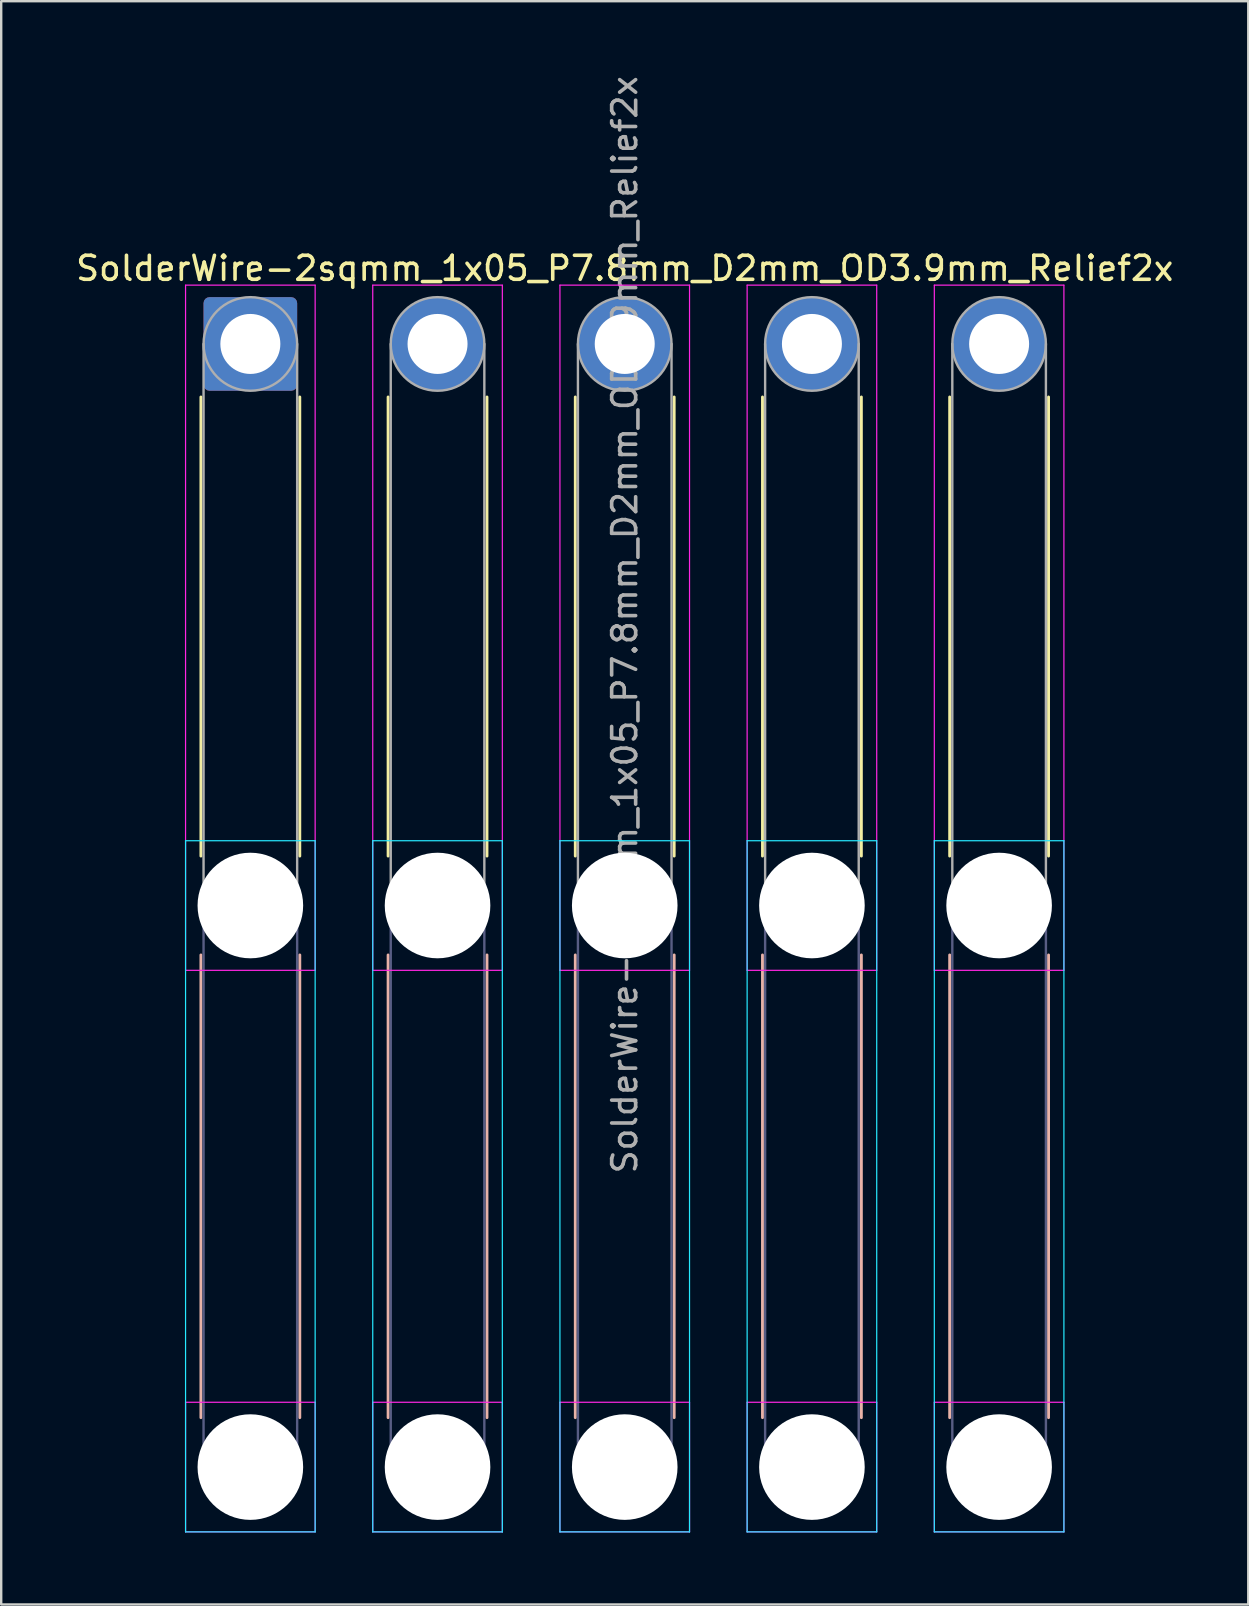
<source format=kicad_pcb>
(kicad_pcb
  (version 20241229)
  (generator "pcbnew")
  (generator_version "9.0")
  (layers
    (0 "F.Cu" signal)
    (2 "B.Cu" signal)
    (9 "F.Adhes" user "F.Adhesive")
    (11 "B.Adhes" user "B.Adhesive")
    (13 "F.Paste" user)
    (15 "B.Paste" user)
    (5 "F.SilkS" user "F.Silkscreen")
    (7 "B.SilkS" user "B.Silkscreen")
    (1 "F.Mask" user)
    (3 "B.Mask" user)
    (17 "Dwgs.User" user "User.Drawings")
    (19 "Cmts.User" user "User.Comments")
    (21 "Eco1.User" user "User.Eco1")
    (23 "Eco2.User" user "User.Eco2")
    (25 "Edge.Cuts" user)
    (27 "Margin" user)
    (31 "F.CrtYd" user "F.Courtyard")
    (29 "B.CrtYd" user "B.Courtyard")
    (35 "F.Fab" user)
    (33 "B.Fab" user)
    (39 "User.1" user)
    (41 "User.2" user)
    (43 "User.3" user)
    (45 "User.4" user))
  (footprint "SolderWire-2sqmm_1x05_P7.8mm_D2mm_OD3.9mm_Relief2x"
    (layer "F.Cu")
    (at 7.382 11.282)
    (property "Reference" "SolderWire-2sqmm_1x05_P7.8mm_D2mm_OD3.9mm_Relief2x" (at 15.6 -3.15 0) (layer "F.SilkS") (effects (font (size 1 1) (thickness 0.15))))
    (attr exclude_from_pos_files exclude_from_bom)
    (fp_line (start -2.06 2.21) (end -2.06 21.34) (stroke (width 0.12) (type solid)) (layer "F.SilkS"))
    (fp_line (start 2.06 2.21) (end 2.06 21.34) (stroke (width 0.12) (type solid)) (layer "F.SilkS"))
    (fp_line (start 5.74 2.21) (end 5.74 21.34) (stroke (width 0.12) (type solid)) (layer "F.SilkS"))
    (fp_line (start 9.86 2.21) (end 9.86 21.34) (stroke (width 0.12) (type solid)) (layer "F.SilkS"))
    (fp_line (start 13.54 2.21) (end 13.54 21.34) (stroke (width 0.12) (type solid)) (layer "F.SilkS"))
    (fp_line (start 17.66 2.21) (end 17.66 21.34) (stroke (width 0.12) (type solid)) (layer "F.SilkS"))
    (fp_line (start 21.34 2.21) (end 21.34 21.34) (stroke (width 0.12) (type solid)) (layer "F.SilkS"))
    (fp_line (start 25.46 2.21) (end 25.46 21.34) (stroke (width 0.12) (type solid)) (layer "F.SilkS"))
    (fp_line (start 29.14 2.21) (end 29.14 21.34) (stroke (width 0.12) (type solid)) (layer "F.SilkS"))
    (fp_line (start 33.26 2.21) (end 33.26 21.34) (stroke (width 0.12) (type solid)) (layer "F.SilkS"))
    (fp_line (start -2.06 25.46) (end -2.06 44.74) (stroke (width 0.12) (type solid)) (layer "B.SilkS"))
    (fp_line (start 2.06 25.46) (end 2.06 44.74) (stroke (width 0.12) (type solid)) (layer "B.SilkS"))
    (fp_line (start 5.74 25.46) (end 5.74 44.74) (stroke (width 0.12) (type solid)) (layer "B.SilkS"))
    (fp_line (start 9.86 25.46) (end 9.86 44.74) (stroke (width 0.12) (type solid)) (layer "B.SilkS"))
    (fp_line (start 13.54 25.46) (end 13.54 44.74) (stroke (width 0.12) (type solid)) (layer "B.SilkS"))
    (fp_line (start 17.66 25.46) (end 17.66 44.74) (stroke (width 0.12) (type solid)) (layer "B.SilkS"))
    (fp_line (start 21.34 25.46) (end 21.34 44.74) (stroke (width 0.12) (type solid)) (layer "B.SilkS"))
    (fp_line (start 25.46 25.46) (end 25.46 44.74) (stroke (width 0.12) (type solid)) (layer "B.SilkS"))
    (fp_line (start 29.14 25.46) (end 29.14 44.74) (stroke (width 0.12) (type solid)) (layer "B.SilkS"))
    (fp_line (start 33.26 25.46) (end 33.26 44.74) (stroke (width 0.12) (type solid)) (layer "B.SilkS"))
    (fp_line (start -2.7 20.7) (end -2.7 49.5) (stroke (width 0.05) (type solid)) (layer "B.CrtYd"))
    (fp_line (start -2.7 49.5) (end 2.7 49.5) (stroke (width 0.05) (type solid)) (layer "B.CrtYd"))
    (fp_line (start 2.7 20.7) (end -2.7 20.7) (stroke (width 0.05) (type solid)) (layer "B.CrtYd"))
    (fp_line (start 2.7 49.5) (end 2.7 20.7) (stroke (width 0.05) (type solid)) (layer "B.CrtYd"))
    (fp_line (start 5.1 20.7) (end 5.1 49.5) (stroke (width 0.05) (type solid)) (layer "B.CrtYd"))
    (fp_line (start 5.1 49.5) (end 10.5 49.5) (stroke (width 0.05) (type solid)) (layer "B.CrtYd"))
    (fp_line (start 10.5 20.7) (end 5.1 20.7) (stroke (width 0.05) (type solid)) (layer "B.CrtYd"))
    (fp_line (start 10.5 49.5) (end 10.5 20.7) (stroke (width 0.05) (type solid)) (layer "B.CrtYd"))
    (fp_line (start 12.9 20.7) (end 12.9 49.5) (stroke (width 0.05) (type solid)) (layer "B.CrtYd"))
    (fp_line (start 12.9 49.5) (end 18.3 49.5) (stroke (width 0.05) (type solid)) (layer "B.CrtYd"))
    (fp_line (start 18.3 20.7) (end 12.9 20.7) (stroke (width 0.05) (type solid)) (layer "B.CrtYd"))
    (fp_line (start 18.3 49.5) (end 18.3 20.7) (stroke (width 0.05) (type solid)) (layer "B.CrtYd"))
    (fp_line (start 20.7 20.7) (end 20.7 49.5) (stroke (width 0.05) (type solid)) (layer "B.CrtYd"))
    (fp_line (start 20.7 49.5) (end 26.1 49.5) (stroke (width 0.05) (type solid)) (layer "B.CrtYd"))
    (fp_line (start 26.1 20.7) (end 20.7 20.7) (stroke (width 0.05) (type solid)) (layer "B.CrtYd"))
    (fp_line (start 26.1 49.5) (end 26.1 20.7) (stroke (width 0.05) (type solid)) (layer "B.CrtYd"))
    (fp_line (start 28.5 20.7) (end 28.5 49.5) (stroke (width 0.05) (type solid)) (layer "B.CrtYd"))
    (fp_line (start 28.5 49.5) (end 33.9 49.5) (stroke (width 0.05) (type solid)) (layer "B.CrtYd"))
    (fp_line (start 33.9 20.7) (end 28.5 20.7) (stroke (width 0.05) (type solid)) (layer "B.CrtYd"))
    (fp_line (start 33.9 49.5) (end 33.9 20.7) (stroke (width 0.05) (type solid)) (layer "B.CrtYd"))
    (fp_line (start -2.7 -2.45) (end -2.7 26.1) (stroke (width 0.05) (type solid)) (layer "F.CrtYd"))
    (fp_line (start -2.7 26.1) (end 2.7 26.1) (stroke (width 0.05) (type solid)) (layer "F.CrtYd"))
    (fp_line (start -2.7 44.1) (end -2.7 49.5) (stroke (width 0.05) (type solid)) (layer "F.CrtYd"))
    (fp_line (start -2.7 49.5) (end 2.7 49.5) (stroke (width 0.05) (type solid)) (layer "F.CrtYd"))
    (fp_line (start 2.7 -2.45) (end -2.7 -2.45) (stroke (width 0.05) (type solid)) (layer "F.CrtYd"))
    (fp_line (start 2.7 26.1) (end 2.7 -2.45) (stroke (width 0.05) (type solid)) (layer "F.CrtYd"))
    (fp_line (start 2.7 44.1) (end -2.7 44.1) (stroke (width 0.05) (type solid)) (layer "F.CrtYd"))
    (fp_line (start 2.7 49.5) (end 2.7 44.1) (stroke (width 0.05) (type solid)) (layer "F.CrtYd"))
    (fp_line (start 5.1 -2.45) (end 5.1 26.1) (stroke (width 0.05) (type solid)) (layer "F.CrtYd"))
    (fp_line (start 5.1 26.1) (end 10.5 26.1) (stroke (width 0.05) (type solid)) (layer "F.CrtYd"))
    (fp_line (start 5.1 44.1) (end 5.1 49.5) (stroke (width 0.05) (type solid)) (layer "F.CrtYd"))
    (fp_line (start 5.1 49.5) (end 10.5 49.5) (stroke (width 0.05) (type solid)) (layer "F.CrtYd"))
    (fp_line (start 10.5 -2.45) (end 5.1 -2.45) (stroke (width 0.05) (type solid)) (layer "F.CrtYd"))
    (fp_line (start 10.5 26.1) (end 10.5 -2.45) (stroke (width 0.05) (type solid)) (layer "F.CrtYd"))
    (fp_line (start 10.5 44.1) (end 5.1 44.1) (stroke (width 0.05) (type solid)) (layer "F.CrtYd"))
    (fp_line (start 10.5 49.5) (end 10.5 44.1) (stroke (width 0.05) (type solid)) (layer "F.CrtYd"))
    (fp_line (start 12.9 -2.45) (end 12.9 26.1) (stroke (width 0.05) (type solid)) (layer "F.CrtYd"))
    (fp_line (start 12.9 26.1) (end 18.3 26.1) (stroke (width 0.05) (type solid)) (layer "F.CrtYd"))
    (fp_line (start 12.9 44.1) (end 12.9 49.5) (stroke (width 0.05) (type solid)) (layer "F.CrtYd"))
    (fp_line (start 12.9 49.5) (end 18.3 49.5) (stroke (width 0.05) (type solid)) (layer "F.CrtYd"))
    (fp_line (start 18.3 -2.45) (end 12.9 -2.45) (stroke (width 0.05) (type solid)) (layer "F.CrtYd"))
    (fp_line (start 18.3 26.1) (end 18.3 -2.45) (stroke (width 0.05) (type solid)) (layer "F.CrtYd"))
    (fp_line (start 18.3 44.1) (end 12.9 44.1) (stroke (width 0.05) (type solid)) (layer "F.CrtYd"))
    (fp_line (start 18.3 49.5) (end 18.3 44.1) (stroke (width 0.05) (type solid)) (layer "F.CrtYd"))
    (fp_line (start 20.7 -2.45) (end 20.7 26.1) (stroke (width 0.05) (type solid)) (layer "F.CrtYd"))
    (fp_line (start 20.7 26.1) (end 26.1 26.1) (stroke (width 0.05) (type solid)) (layer "F.CrtYd"))
    (fp_line (start 20.7 44.1) (end 20.7 49.5) (stroke (width 0.05) (type solid)) (layer "F.CrtYd"))
    (fp_line (start 20.7 49.5) (end 26.1 49.5) (stroke (width 0.05) (type solid)) (layer "F.CrtYd"))
    (fp_line (start 26.1 -2.45) (end 20.7 -2.45) (stroke (width 0.05) (type solid)) (layer "F.CrtYd"))
    (fp_line (start 26.1 26.1) (end 26.1 -2.45) (stroke (width 0.05) (type solid)) (layer "F.CrtYd"))
    (fp_line (start 26.1 44.1) (end 20.7 44.1) (stroke (width 0.05) (type solid)) (layer "F.CrtYd"))
    (fp_line (start 26.1 49.5) (end 26.1 44.1) (stroke (width 0.05) (type solid)) (layer "F.CrtYd"))
    (fp_line (start 28.5 -2.45) (end 28.5 26.1) (stroke (width 0.05) (type solid)) (layer "F.CrtYd"))
    (fp_line (start 28.5 26.1) (end 33.9 26.1) (stroke (width 0.05) (type solid)) (layer "F.CrtYd"))
    (fp_line (start 28.5 44.1) (end 28.5 49.5) (stroke (width 0.05) (type solid)) (layer "F.CrtYd"))
    (fp_line (start 28.5 49.5) (end 33.9 49.5) (stroke (width 0.05) (type solid)) (layer "F.CrtYd"))
    (fp_line (start 33.9 -2.45) (end 28.5 -2.45) (stroke (width 0.05) (type solid)) (layer "F.CrtYd"))
    (fp_line (start 33.9 26.1) (end 33.9 -2.45) (stroke (width 0.05) (type solid)) (layer "F.CrtYd"))
    (fp_line (start 33.9 44.1) (end 28.5 44.1) (stroke (width 0.05) (type solid)) (layer "F.CrtYd"))
    (fp_line (start 33.9 49.5) (end 33.9 44.1) (stroke (width 0.05) (type solid)) (layer "F.CrtYd"))
    (fp_line (start -1.95 23.4) (end -1.95 46.8) (stroke (width 0.1) (type solid)) (layer "B.Fab"))
    (fp_line (start 1.95 23.4) (end 1.95 46.8) (stroke (width 0.1) (type solid)) (layer "B.Fab"))
    (fp_line (start 5.85 23.4) (end 5.85 46.8) (stroke (width 0.1) (type solid)) (layer "B.Fab"))
    (fp_line (start 9.75 23.4) (end 9.75 46.8) (stroke (width 0.1) (type solid)) (layer "B.Fab"))
    (fp_line (start 13.65 23.4) (end 13.65 46.8) (stroke (width 0.1) (type solid)) (layer "B.Fab"))
    (fp_line (start 17.55 23.4) (end 17.55 46.8) (stroke (width 0.1) (type solid)) (layer "B.Fab"))
    (fp_line (start 21.45 23.4) (end 21.45 46.8) (stroke (width 0.1) (type solid)) (layer "B.Fab"))
    (fp_line (start 25.35 23.4) (end 25.35 46.8) (stroke (width 0.1) (type solid)) (layer "B.Fab"))
    (fp_line (start 29.25 23.4) (end 29.25 46.8) (stroke (width 0.1) (type solid)) (layer "B.Fab"))
    (fp_line (start 33.15 23.4) (end 33.15 46.8) (stroke (width 0.1) (type solid)) (layer "B.Fab"))
    (fp_circle (center 0 23.4) (end 1.95 23.4) (stroke (width 0.1) (type solid)) (fill no) (layer "B.Fab"))
    (fp_circle (center 0 46.8) (end 1.95 46.8) (stroke (width 0.1) (type solid)) (fill no) (layer "B.Fab"))
    (fp_circle (center 7.8 23.4) (end 9.75 23.4) (stroke (width 0.1) (type solid)) (fill no) (layer "B.Fab"))
    (fp_circle (center 7.8 46.8) (end 9.75 46.8) (stroke (width 0.1) (type solid)) (fill no) (layer "B.Fab"))
    (fp_circle (center 15.6 23.4) (end 17.55 23.4) (stroke (width 0.1) (type solid)) (fill no) (layer "B.Fab"))
    (fp_circle (center 15.6 46.8) (end 17.55 46.8) (stroke (width 0.1) (type solid)) (fill no) (layer "B.Fab"))
    (fp_circle (center 23.4 23.4) (end 25.35 23.4) (stroke (width 0.1) (type solid)) (fill no) (layer "B.Fab"))
    (fp_circle (center 23.4 46.8) (end 25.35 46.8) (stroke (width 0.1) (type solid)) (fill no) (layer "B.Fab"))
    (fp_circle (center 31.2 23.4) (end 33.15 23.4) (stroke (width 0.1) (type solid)) (fill no) (layer "B.Fab"))
    (fp_circle (center 31.2 46.8) (end 33.15 46.8) (stroke (width 0.1) (type solid)) (fill no) (layer "B.Fab"))
    (fp_line (start -1.95 0) (end -1.95 23.4) (stroke (width 0.1) (type solid)) (layer "F.Fab"))
    (fp_line (start 1.95 0) (end 1.95 23.4) (stroke (width 0.1) (type solid)) (layer "F.Fab"))
    (fp_line (start 5.85 0) (end 5.85 23.4) (stroke (width 0.1) (type solid)) (layer "F.Fab"))
    (fp_line (start 9.75 0) (end 9.75 23.4) (stroke (width 0.1) (type solid)) (layer "F.Fab"))
    (fp_line (start 13.65 0) (end 13.65 23.4) (stroke (width 0.1) (type solid)) (layer "F.Fab"))
    (fp_line (start 17.55 0) (end 17.55 23.4) (stroke (width 0.1) (type solid)) (layer "F.Fab"))
    (fp_line (start 21.45 0) (end 21.45 23.4) (stroke (width 0.1) (type solid)) (layer "F.Fab"))
    (fp_line (start 25.35 0) (end 25.35 23.4) (stroke (width 0.1) (type solid)) (layer "F.Fab"))
    (fp_line (start 29.25 0) (end 29.25 23.4) (stroke (width 0.1) (type solid)) (layer "F.Fab"))
    (fp_line (start 33.15 0) (end 33.15 23.4) (stroke (width 0.1) (type solid)) (layer "F.Fab"))
    (fp_circle (center 0 0) (end 1.95 0) (stroke (width 0.1) (type solid)) (fill no) (layer "F.Fab"))
    (fp_circle (center 0 23.4) (end 1.95 23.4) (stroke (width 0.1) (type solid)) (fill no) (layer "F.Fab"))
    (fp_circle (center 0 46.8) (end 1.95 46.8) (stroke (width 0.1) (type solid)) (fill no) (layer "F.Fab"))
    (fp_circle (center 7.8 0) (end 9.75 0) (stroke (width 0.1) (type solid)) (fill no) (layer "F.Fab"))
    (fp_circle (center 7.8 23.4) (end 9.75 23.4) (stroke (width 0.1) (type solid)) (fill no) (layer "F.Fab"))
    (fp_circle (center 7.8 46.8) (end 9.75 46.8) (stroke (width 0.1) (type solid)) (fill no) (layer "F.Fab"))
    (fp_circle (center 15.6 0) (end 17.55 0) (stroke (width 0.1) (type solid)) (fill no) (layer "F.Fab"))
    (fp_circle (center 15.6 23.4) (end 17.55 23.4) (stroke (width 0.1) (type solid)) (fill no) (layer "F.Fab"))
    (fp_circle (center 15.6 46.8) (end 17.55 46.8) (stroke (width 0.1) (type solid)) (fill no) (layer "F.Fab"))
    (fp_circle (center 23.4 0) (end 25.35 0) (stroke (width 0.1) (type solid)) (fill no) (layer "F.Fab"))
    (fp_circle (center 23.4 23.4) (end 25.35 23.4) (stroke (width 0.1) (type solid)) (fill no) (layer "F.Fab"))
    (fp_circle (center 23.4 46.8) (end 25.35 46.8) (stroke (width 0.1) (type solid)) (fill no) (layer "F.Fab"))
    (fp_circle (center 31.2 0) (end 33.15 0) (stroke (width 0.1) (type solid)) (fill no) (layer "F.Fab"))
    (fp_circle (center 31.2 23.4) (end 33.15 23.4) (stroke (width 0.1) (type solid)) (fill no) (layer "F.Fab"))
    (fp_circle (center 31.2 46.8) (end 33.15 46.8) (stroke (width 0.1) (type solid)) (fill no) (layer "F.Fab"))
    (fp_text user "${REFERENCE}" (at 15.6 11.7 90) (layer "F.Fab") (effects (font (size 1 1) (thickness 0.15))))
    (pad "" np_thru_hole circle (at 0 23.4) (size 4.4 4.4) (drill 4.4) (layers "*.Cu" "*.Mask"))
    (pad "" np_thru_hole circle (at 0 46.8) (size 4.4 4.4) (drill 4.4) (layers "*.Cu" "*.Mask"))
    (pad "" np_thru_hole circle (at 7.8 23.4) (size 4.4 4.4) (drill 4.4) (layers "*.Cu" "*.Mask"))
    (pad "" np_thru_hole circle (at 7.8 46.8) (size 4.4 4.4) (drill 4.4) (layers "*.Cu" "*.Mask"))
    (pad "" np_thru_hole circle (at 15.6 23.4) (size 4.4 4.4) (drill 4.4) (layers "*.Cu" "*.Mask"))
    (pad "" np_thru_hole circle (at 15.6 46.8) (size 4.4 4.4) (drill 4.4) (layers "*.Cu" "*.Mask"))
    (pad "" np_thru_hole circle (at 23.4 23.4) (size 4.4 4.4) (drill 4.4) (layers "*.Cu" "*.Mask"))
    (pad "" np_thru_hole circle (at 23.4 46.8) (size 4.4 4.4) (drill 4.4) (layers "*.Cu" "*.Mask"))
    (pad "" np_thru_hole circle (at 31.2 23.4) (size 4.4 4.4) (drill 4.4) (layers "*.Cu" "*.Mask"))
    (pad "" np_thru_hole circle (at 31.2 46.8) (size 4.4 4.4) (drill 4.4) (layers "*.Cu" "*.Mask"))
    (pad "1" thru_hole roundrect (at 0 0) (size 3.9 3.9) (drill 2.5) (layers "*.Cu" "*.Mask") (roundrect_rratio 0.064))
    (pad "2" thru_hole circle (at 7.8 0) (size 3.9 3.9) (drill 2.5) (layers "*.Cu" "*.Mask"))
    (pad "3" thru_hole circle (at 15.6 0) (size 3.9 3.9) (drill 2.5) (layers "*.Cu" "*.Mask"))
    (pad "4" thru_hole circle (at 23.4 0) (size 3.9 3.9) (drill 2.5) (layers "*.Cu" "*.Mask"))
    (pad "5" thru_hole circle (at 31.2 0) (size 3.9 3.9) (drill 2.5) (layers "*.Cu" "*.Mask")))
  (gr_rect
    (start -3 -3)
    (end 48.964 63.807)
    (stroke (width 0.1) (type default))
    (fill no)
    (layer "Edge.Cuts")))
</source>
